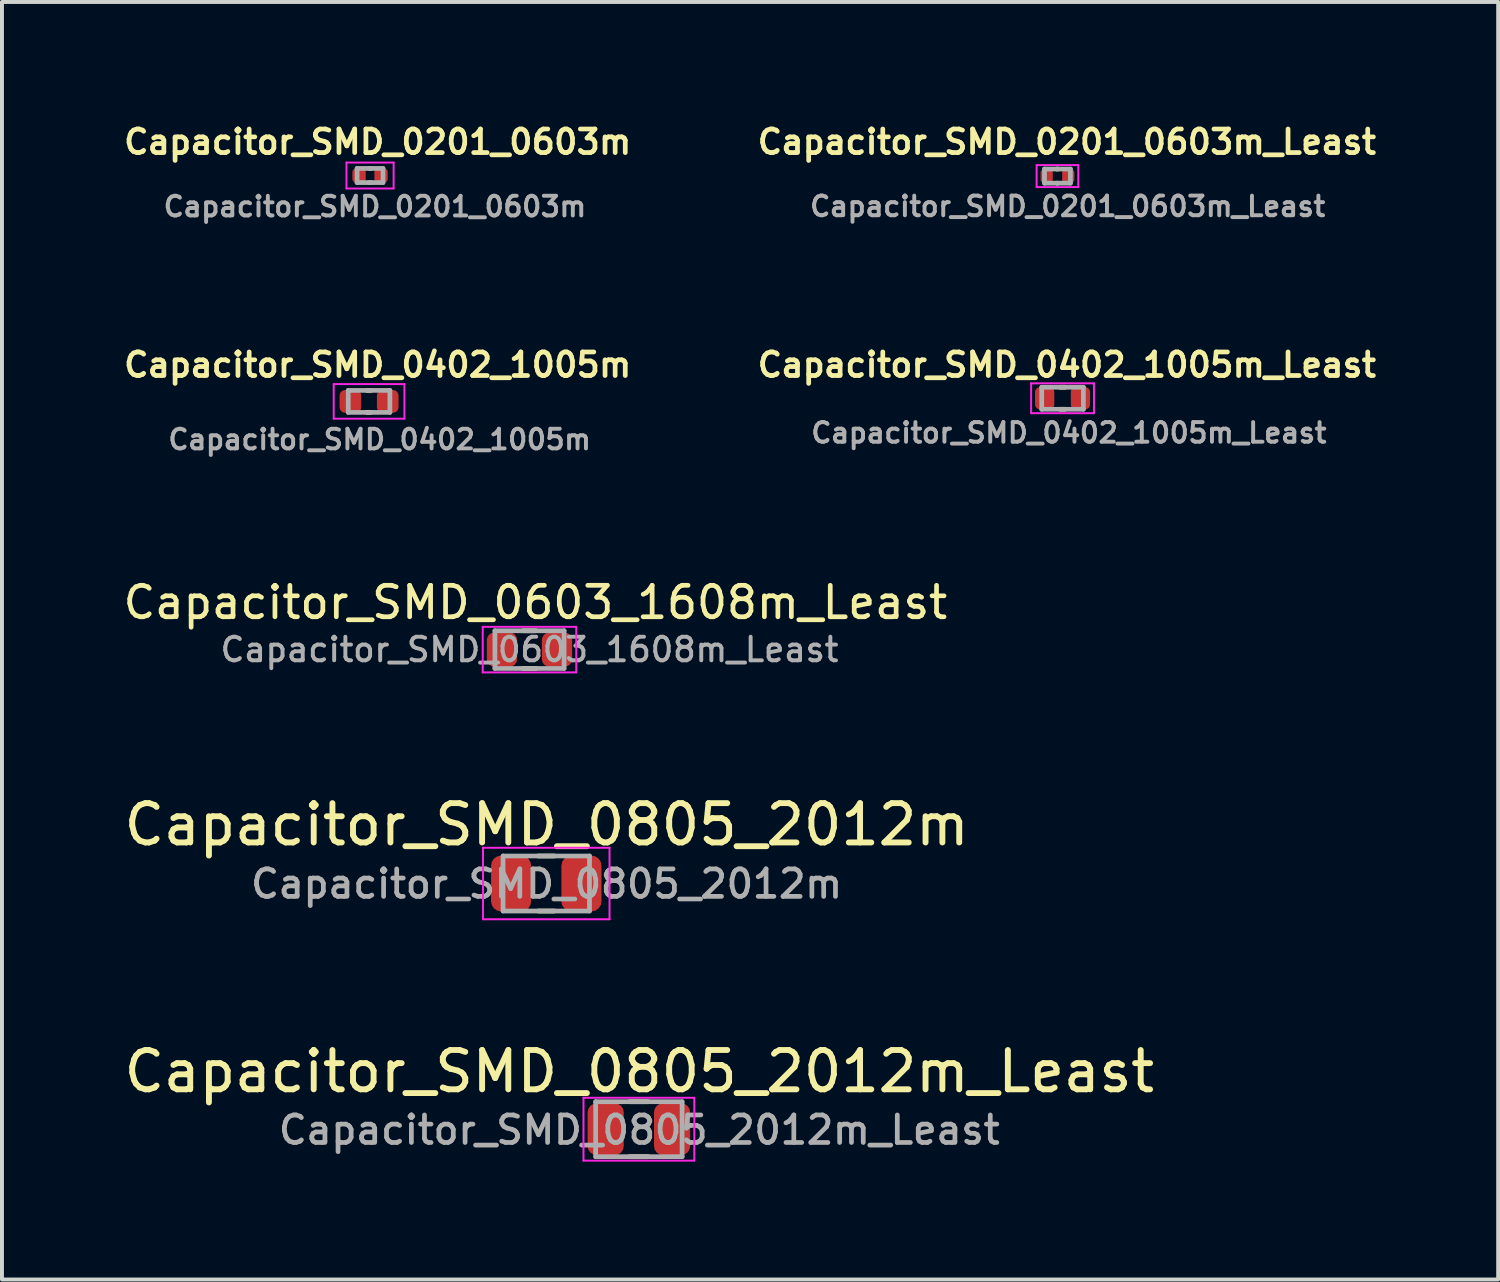
<source format=kicad_pcb>
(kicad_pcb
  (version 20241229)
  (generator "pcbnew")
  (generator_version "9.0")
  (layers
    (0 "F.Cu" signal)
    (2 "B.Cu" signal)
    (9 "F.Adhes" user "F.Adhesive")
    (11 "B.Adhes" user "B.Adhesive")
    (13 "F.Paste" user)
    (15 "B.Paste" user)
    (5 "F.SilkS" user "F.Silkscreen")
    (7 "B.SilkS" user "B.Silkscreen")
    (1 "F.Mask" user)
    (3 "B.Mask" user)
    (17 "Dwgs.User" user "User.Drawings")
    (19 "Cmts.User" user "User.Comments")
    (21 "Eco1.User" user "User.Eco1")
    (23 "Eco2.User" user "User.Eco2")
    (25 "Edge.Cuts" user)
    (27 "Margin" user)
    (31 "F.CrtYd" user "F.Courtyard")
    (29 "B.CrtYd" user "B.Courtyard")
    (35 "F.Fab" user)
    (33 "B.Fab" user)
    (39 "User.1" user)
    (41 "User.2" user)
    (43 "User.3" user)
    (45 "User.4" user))
  (footprint "Capacitor_SMD_0402_1005m"
    (layer "F.Cu")
    (at 6.343 7.166)
    (property "Reference" "Capacitor_SMD_0402_1005m" (at 0.22 -0.93 0) (layer "F.SilkS") (effects (font (size 0.6 0.6) (thickness 0.12))))
    (attr smd)
    (fp_line (start -0.05 -0.28) (end 0.05 -0.28) (stroke (width 0.12) (type solid)) (layer "F.SilkS"))
    (fp_line (start -0.05 0.28) (end 0.05 0.28) (stroke (width 0.12) (type solid)) (layer "F.SilkS"))
    (fp_line (start -0.9 -0.44) (end 0.9 -0.44) (stroke (width 0.05) (type solid)) (layer "F.CrtYd"))
    (fp_line (start -0.9 0.44) (end -0.9 -0.44) (stroke (width 0.05) (type solid)) (layer "F.CrtYd"))
    (fp_line (start 0.9 -0.44) (end 0.9 0.44) (stroke (width 0.05) (type solid)) (layer "F.CrtYd"))
    (fp_line (start 0.9 0.44) (end -0.9 0.44) (stroke (width 0.05) (type solid)) (layer "F.CrtYd"))
    (fp_line (start -0.53 -0.28) (end 0.53 -0.28) (stroke (width 0.12) (type solid)) (layer "F.Fab"))
    (fp_line (start -0.53 0.28) (end -0.53 -0.28) (stroke (width 0.12) (type solid)) (layer "F.Fab"))
    (fp_line (start 0.53 -0.28) (end 0.53 0.28) (stroke (width 0.12) (type solid)) (layer "F.Fab"))
    (fp_line (start 0.53 0.28) (end -0.53 0.28) (stroke (width 0.12) (type solid)) (layer "F.Fab"))
    (fp_text user "${REFERENCE}" (at 0.27 0.97 0) (layer "F.Fab") (effects (font (size 0.5 0.5) (thickness 0.1))))
    (pad "1" smd roundrect (at -0.475 0) (size 0.55 0.58) (layers "F.Cu" "F.Mask" "F.Paste") (roundrect_rratio 0.255))
    (pad "2" smd roundrect (at 0.475 0) (size 0.55 0.58) (layers "F.Cu" "F.Mask" "F.Paste") (roundrect_rratio 0.255)))
  (footprint "Capacitor_SMD_0402_1005m_Least"
    (layer "F.Cu")
    (at 23.993 7.086)
    (property "Reference" "Capacitor_SMD_0402_1005m_Least" (at 0.11 -0.85 0) (layer "F.SilkS") (effects (font (size 0.6 0.6) (thickness 0.12))))
    (attr smd)
    (fp_line (start -0.06 -0.28) (end 0.06 -0.28) (stroke (width 0.12) (type solid)) (layer "F.SilkS"))
    (fp_line (start -0.06 0.28) (end 0.06 0.28) (stroke (width 0.12) (type solid)) (layer "F.SilkS"))
    (fp_line (start -0.8 -0.38) (end 0.8 -0.38) (stroke (width 0.05) (type solid)) (layer "F.CrtYd"))
    (fp_line (start -0.8 0.38) (end -0.8 -0.38) (stroke (width 0.05) (type solid)) (layer "F.CrtYd"))
    (fp_line (start 0.8 -0.38) (end 0.8 0.38) (stroke (width 0.05) (type solid)) (layer "F.CrtYd"))
    (fp_line (start 0.8 0.38) (end -0.8 0.38) (stroke (width 0.05) (type solid)) (layer "F.CrtYd"))
    (fp_line (start -0.53 -0.28) (end 0.53 -0.28) (stroke (width 0.12) (type solid)) (layer "F.Fab"))
    (fp_line (start -0.53 0.28) (end -0.53 -0.28) (stroke (width 0.12) (type solid)) (layer "F.Fab"))
    (fp_line (start 0.53 -0.28) (end 0.53 0.28) (stroke (width 0.12) (type solid)) (layer "F.Fab"))
    (fp_line (start 0.53 0.28) (end -0.53 0.28) (stroke (width 0.12) (type solid)) (layer "F.Fab"))
    (fp_text user "${REFERENCE}" (at 0.16 0.88 0) (layer "F.Fab") (effects (font (size 0.5 0.5) (thickness 0.1))))
    (pad "1" smd roundrect (at -0.455 0) (size 0.49 0.56) (layers "F.Cu" "F.Mask" "F.Paste") (roundrect_rratio 0.245))
    (pad "2" smd roundrect (at 0.455 0) (size 0.49 0.56) (layers "F.Cu" "F.Mask" "F.Paste") (roundrect_rratio 0.245)))
  (footprint "Capacitor_SMD_0805_2012m"
    (layer "F.Cu")
    (at 10.853 19.436)
    (property "Reference" "Capacitor_SMD_0805_2012m" (at 0.01 -1.5 0) (unlocked yes) (layer "F.SilkS") (effects (font (size 1 1) (thickness 0.15))))
    (attr smd)
    (fp_line (start -0.205 -0.7) (end 0.205 -0.7) (stroke (width 0.12) (type solid)) (layer "F.SilkS"))
    (fp_line (start -0.205 0.7) (end 0.205 0.7) (stroke (width 0.12) (type solid)) (layer "F.SilkS"))
    (fp_line (start -1.61 -0.91) (end 1.61 -0.91) (stroke (width 0.05) (type solid)) (layer "F.CrtYd"))
    (fp_line (start -1.61 0.91) (end -1.61 -0.91) (stroke (width 0.05) (type solid)) (layer "F.CrtYd"))
    (fp_line (start 1.61 -0.91) (end 1.61 0.91) (stroke (width 0.05) (type solid)) (layer "F.CrtYd"))
    (fp_line (start 1.61 0.91) (end -1.61 0.91) (stroke (width 0.05) (type solid)) (layer "F.CrtYd"))
    (fp_line (start -1.1 -0.7) (end 1.1 -0.7) (stroke (width 0.12) (type solid)) (layer "F.Fab"))
    (fp_line (start -1.1 0.7) (end -1.1 -0.7) (stroke (width 0.12) (type solid)) (layer "F.Fab"))
    (fp_line (start 1.1 -0.7) (end 1.1 0.7) (stroke (width 0.12) (type solid)) (layer "F.Fab"))
    (fp_line (start 1.1 0.7) (end -1.1 0.7) (stroke (width 0.12) (type solid)) (layer "F.Fab"))
    (fp_text user "${REFERENCE}" (at 0.01 0.01 0) (layer "F.Fab") (effects (font (size 0.7 0.7) (thickness 0.12))))
    (pad "1" smd roundrect (at -0.895 0) (size 1.02 1.42) (layers "F.Cu" "F.Mask" "F.Paste") (roundrect_rratio 0.25))
    (pad "2" smd roundrect (at 0.895 0) (size 1.02 1.42) (layers "F.Cu" "F.Mask" "F.Paste") (roundrect_rratio 0.25)))
  (footprint "Capacitor_SMD_0603_1608m_Least"
    (layer "F.Cu")
    (at 10.426 13.483)
    (property "Reference" "Capacitor_SMD_0603_1608m_Least" (at 0.15 -1.2 0) (layer "F.SilkS") (effects (font (size 0.8 0.8) (thickness 0.12))))
    (attr smd)
    (fp_line (start -0.165 -0.48) (end 0.165 -0.48) (stroke (width 0.12) (type solid)) (layer "F.SilkS"))
    (fp_line (start -0.165 0.48) (end 0.165 0.48) (stroke (width 0.12) (type solid)) (layer "F.SilkS"))
    (fp_line (start -1.19 -0.58) (end 1.19 -0.58) (stroke (width 0.05) (type solid)) (layer "F.CrtYd"))
    (fp_line (start -1.19 0.58) (end -1.19 -0.58) (stroke (width 0.05) (type solid)) (layer "F.CrtYd"))
    (fp_line (start 1.19 -0.58) (end 1.19 0.58) (stroke (width 0.05) (type solid)) (layer "F.CrtYd"))
    (fp_line (start 1.19 0.58) (end -1.19 0.58) (stroke (width 0.05) (type solid)) (layer "F.CrtYd"))
    (fp_line (start -0.88 -0.48) (end 0.88 -0.48) (stroke (width 0.12) (type solid)) (layer "F.Fab"))
    (fp_line (start -0.88 0.48) (end -0.88 -0.48) (stroke (width 0.12) (type solid)) (layer "F.Fab"))
    (fp_line (start 0.88 -0.48) (end 0.88 0.48) (stroke (width 0.12) (type solid)) (layer "F.Fab"))
    (fp_line (start 0.88 0.48) (end -0.88 0.48) (stroke (width 0.12) (type solid)) (layer "F.Fab"))
    (fp_text user "${REFERENCE}" (at 0 0 0) (layer "F.Fab") (effects (font (size 0.6 0.6) (thickness 0.1))))
    (pad "1" smd roundrect (at -0.7 0) (size 0.77 0.87) (layers "F.Cu" "F.Mask" "F.Paste") (roundrect_rratio 0.247))
    (pad "2" smd roundrect (at 0.7 0) (size 0.77 0.87) (layers "F.Cu" "F.Mask" "F.Paste") (roundrect_rratio 0.247)))
  (footprint "Capacitor_SMD_0201_0603m"
    (layer "F.Cu")
    (at 6.368 1.417)
    (property "Reference" "Capacitor_SMD_0201_0603m" (at 0.195 -0.855 0) (layer "F.SilkS") (effects (font (size 0.6 0.6) (thickness 0.12))))
    (attr smd)
    (fp_line (start -0.01 -0.18) (end 0.01 -0.18) (stroke (width 0.12) (type solid)) (layer "F.SilkS"))
    (fp_line (start -0.01 0.18) (end 0.01 0.18) (stroke (width 0.12) (type solid)) (layer "F.SilkS"))
    (fp_line (start -0.6 -0.33) (end 0.6 -0.33) (stroke (width 0.05) (type solid)) (layer "F.CrtYd"))
    (fp_line (start -0.6 0.33) (end -0.6 -0.33) (stroke (width 0.05) (type solid)) (layer "F.CrtYd"))
    (fp_line (start 0.6 -0.33) (end 0.6 0.33) (stroke (width 0.05) (type solid)) (layer "F.CrtYd"))
    (fp_line (start 0.6 0.33) (end -0.6 0.33) (stroke (width 0.05) (type solid)) (layer "F.CrtYd"))
    (fp_line (start -0.33 -0.18) (end 0.33 -0.18) (stroke (width 0.12) (type solid)) (layer "F.Fab"))
    (fp_line (start -0.33 0.18) (end -0.33 -0.18) (stroke (width 0.12) (type solid)) (layer "F.Fab"))
    (fp_line (start 0.33 -0.18) (end 0.33 0.18) (stroke (width 0.12) (type solid)) (layer "F.Fab"))
    (fp_line (start 0.33 0.18) (end -0.33 0.18) (stroke (width 0.12) (type solid)) (layer "F.Fab"))
    (fp_text user "${REFERENCE}" (at 0.125 0.79 0) (layer "F.Fab") (effects (font (size 0.5 0.5) (thickness 0.1))))
    (pad "1" smd roundrect (at -0.28 0) (size 0.34 0.36) (layers "F.Cu" "F.Mask" "F.Paste") (roundrect_rratio 0.265))
    (pad "2" smd roundrect (at 0.28 0) (size 0.34 0.36) (layers "F.Cu" "F.Mask" "F.Paste") (roundrect_rratio 0.265)))
  (footprint "Capacitor_SMD_0805_2012m_Least"
    (layer "F.Cu")
    (at 13.21 25.689)
    (property "Reference" "Capacitor_SMD_0805_2012m_Least" (at 0.01 -1.47 0) (unlocked yes) (layer "F.SilkS") (effects (font (size 1 1) (thickness 0.15))))
    (attr smd)
    (fp_line (start -0.235 -0.7) (end 0.235 -0.7) (stroke (width 0.12) (type solid)) (layer "F.SilkS"))
    (fp_line (start -0.235 0.7) (end 0.235 0.7) (stroke (width 0.12) (type solid)) (layer "F.SilkS"))
    (fp_line (start -1.41 -0.8) (end 1.41 -0.8) (stroke (width 0.05) (type solid)) (layer "F.CrtYd"))
    (fp_line (start -1.41 0.8) (end -1.41 -0.8) (stroke (width 0.05) (type solid)) (layer "F.CrtYd"))
    (fp_line (start 1.41 -0.8) (end 1.41 0.8) (stroke (width 0.05) (type solid)) (layer "F.CrtYd"))
    (fp_line (start 1.41 0.8) (end -1.41 0.8) (stroke (width 0.05) (type solid)) (layer "F.CrtYd"))
    (fp_line (start -1.1 -0.7) (end 1.1 -0.7) (stroke (width 0.12) (type solid)) (layer "F.Fab"))
    (fp_line (start -1.1 0.7) (end -1.1 -0.7) (stroke (width 0.12) (type solid)) (layer "F.Fab"))
    (fp_line (start 1.1 -0.7) (end 1.1 0.7) (stroke (width 0.12) (type solid)) (layer "F.Fab"))
    (fp_line (start 1.1 0.7) (end -1.1 0.7) (stroke (width 0.12) (type solid)) (layer "F.Fab"))
    (fp_text user "${REFERENCE}" (at 0.01 0.02 0) (layer "F.Fab") (effects (font (size 0.7 0.7) (thickness 0.12))))
    (pad "1" smd roundrect (at -0.845 0) (size 0.92 1.32) (layers "F.Cu" "F.Mask" "F.Paste") (roundrect_rratio 0.25))
    (pad "2" smd roundrect (at 0.845 0) (size 0.92 1.32) (layers "F.Cu" "F.Mask" "F.Paste") (roundrect_rratio 0.25)))
  (footprint "Capacitor_SMD_0201_0603m_Least"
    (layer "F.Cu")
    (at 23.863 1.432)
    (property "Reference" "Capacitor_SMD_0201_0603m_Least" (at 0.24 -0.87 0) (layer "F.SilkS") (effects (font (size 0.6 0.6) (thickness 0.12))))
    (attr smd)
    (fp_line (start -0.01 -0.18) (end 0.01 -0.18) (stroke (width 0.12) (type solid)) (layer "F.SilkS"))
    (fp_line (start -0.01 0.18) (end 0.01 0.18) (stroke (width 0.12) (type solid)) (layer "F.SilkS"))
    (fp_line (start -0.53 -0.28) (end 0.53 -0.28) (stroke (width 0.05) (type solid)) (layer "F.CrtYd"))
    (fp_line (start -0.53 0.28) (end -0.53 -0.28) (stroke (width 0.05) (type solid)) (layer "F.CrtYd"))
    (fp_line (start 0.53 -0.28) (end 0.53 0.28) (stroke (width 0.05) (type solid)) (layer "F.CrtYd"))
    (fp_line (start 0.53 0.28) (end -0.53 0.28) (stroke (width 0.05) (type solid)) (layer "F.CrtYd"))
    (fp_line (start -0.33 -0.18) (end 0.33 -0.18) (stroke (width 0.12) (type solid)) (layer "F.Fab"))
    (fp_line (start -0.33 0.18) (end -0.33 -0.18) (stroke (width 0.12) (type solid)) (layer "F.Fab"))
    (fp_line (start 0.33 -0.18) (end 0.33 0.18) (stroke (width 0.12) (type solid)) (layer "F.Fab"))
    (fp_line (start 0.33 0.18) (end -0.33 0.18) (stroke (width 0.12) (type solid)) (layer "F.Fab"))
    (fp_text user "${REFERENCE}" (at 0.26 0.77 0) (layer "F.Fab") (effects (font (size 0.5 0.5) (thickness 0.1))))
    (pad "1" smd roundrect (at -0.275 0) (size 0.31 0.34) (layers "F.Cu" "F.Mask" "F.Paste") (roundrect_rratio 0.258))
    (pad "2" smd roundrect (at 0.275 0) (size 0.31 0.34) (layers "F.Cu" "F.Mask" "F.Paste") (roundrect_rratio 0.258)))
  (gr_rect
    (start -3 -3)
    (end 35.08 29.514)
    (stroke (width 0.1) (type default))
    (fill no)
    (layer "Edge.Cuts")))
</source>
